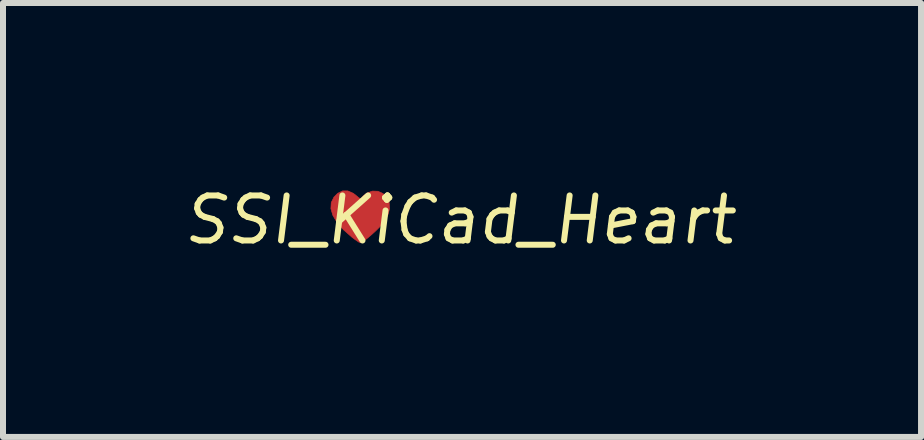
<source format=kicad_pcb>
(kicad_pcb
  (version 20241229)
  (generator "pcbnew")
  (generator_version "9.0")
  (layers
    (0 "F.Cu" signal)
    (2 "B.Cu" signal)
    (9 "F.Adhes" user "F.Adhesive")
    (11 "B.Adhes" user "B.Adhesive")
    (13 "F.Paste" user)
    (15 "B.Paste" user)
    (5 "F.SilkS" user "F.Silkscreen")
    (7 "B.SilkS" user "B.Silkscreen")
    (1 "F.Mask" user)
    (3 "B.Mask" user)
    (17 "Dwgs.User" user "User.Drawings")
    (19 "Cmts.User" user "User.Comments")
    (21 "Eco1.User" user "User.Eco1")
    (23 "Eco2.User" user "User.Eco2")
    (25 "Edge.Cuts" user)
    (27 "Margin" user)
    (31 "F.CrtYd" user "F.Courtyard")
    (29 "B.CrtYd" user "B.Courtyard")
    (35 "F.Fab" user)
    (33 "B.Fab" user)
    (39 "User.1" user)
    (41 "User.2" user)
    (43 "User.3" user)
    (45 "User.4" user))
  (footprint "SSI_KiCad_Heart"
    (layer "F.Cu")
    (at 2.9 0.614)
    (property "Reference" "SSI_KiCad_Heart" (at 1.7 0 0) (layer "F.SilkS") (effects (font (size 0.75 0.75) (thickness 0.1) (italic yes))))
    (attr through_hole board_only exclude_from_pos_files exclude_from_bom)
    (fp_poly (pts (xy -0.065 -0.444) (xy -0.021 -0.41) (xy 0.029 -0.368) (xy 0.058 -0.353) (xy 0.073 -0.362) (xy 0.076 -0.368) (xy 0.101 -0.4) (xy 0.148 -0.438) (xy 0.162 -0.447) (xy 0.254 -0.481) (xy 0.346 -0.478) (xy 0.429 -0.441) (xy 0.496 -0.373) (xy 0.532 -0.297) (xy 0.541 -0.191) (xy 0.51 -0.078) (xy 0.438 0.043) (xy 0.432 0.051) (xy 0.386 0.104) (xy 0.324 0.167) (xy 0.254 0.232) (xy 0.183 0.293) (xy 0.12 0.343) (xy 0.073 0.374) (xy 0.054 0.381) (xy 0.027 0.369) (xy -0.022 0.336) (xy -0.083 0.291) (xy -0.085 0.289) (xy -0.229 0.163) (xy -0.336 0.04) (xy -0.406 -0.078) (xy -0.438 -0.188) (xy -0.432 -0.29) (xy -0.387 -0.381) (xy -0.326 -0.443) (xy -0.243 -0.484) (xy -0.155 -0.484) (xy -0.065 -0.444)) (stroke (width 0.01) (type solid)) (fill yes) (layer "F.Cu"))
    (fp_poly (pts (xy -0.065 -0.444) (xy -0.021 -0.41) (xy 0.029 -0.368) (xy 0.058 -0.353) (xy 0.073 -0.362) (xy 0.076 -0.368) (xy 0.101 -0.4) (xy 0.148 -0.438) (xy 0.162 -0.447) (xy 0.254 -0.481) (xy 0.346 -0.478) (xy 0.429 -0.441) (xy 0.496 -0.373) (xy 0.532 -0.297) (xy 0.541 -0.191) (xy 0.51 -0.078) (xy 0.438 0.043) (xy 0.432 0.051) (xy 0.386 0.104) (xy 0.324 0.167) (xy 0.254 0.232) (xy 0.183 0.293) (xy 0.12 0.343) (xy 0.073 0.374) (xy 0.054 0.381) (xy 0.027 0.369) (xy -0.022 0.336) (xy -0.083 0.291) (xy -0.085 0.289) (xy -0.229 0.163) (xy -0.336 0.04) (xy -0.406 -0.078) (xy -0.438 -0.188) (xy -0.432 -0.29) (xy -0.387 -0.381) (xy -0.326 -0.443) (xy -0.243 -0.484) (xy -0.155 -0.484) (xy -0.065 -0.444)) (stroke (width 0.01) (type solid)) (fill yes) (layer "F.Mask")))
  (gr_rect
    (start -3 -3)
    (end 12.293 4.229)
    (stroke (width 0.1) (type default))
    (fill no)
    (layer "Edge.Cuts")))
</source>
